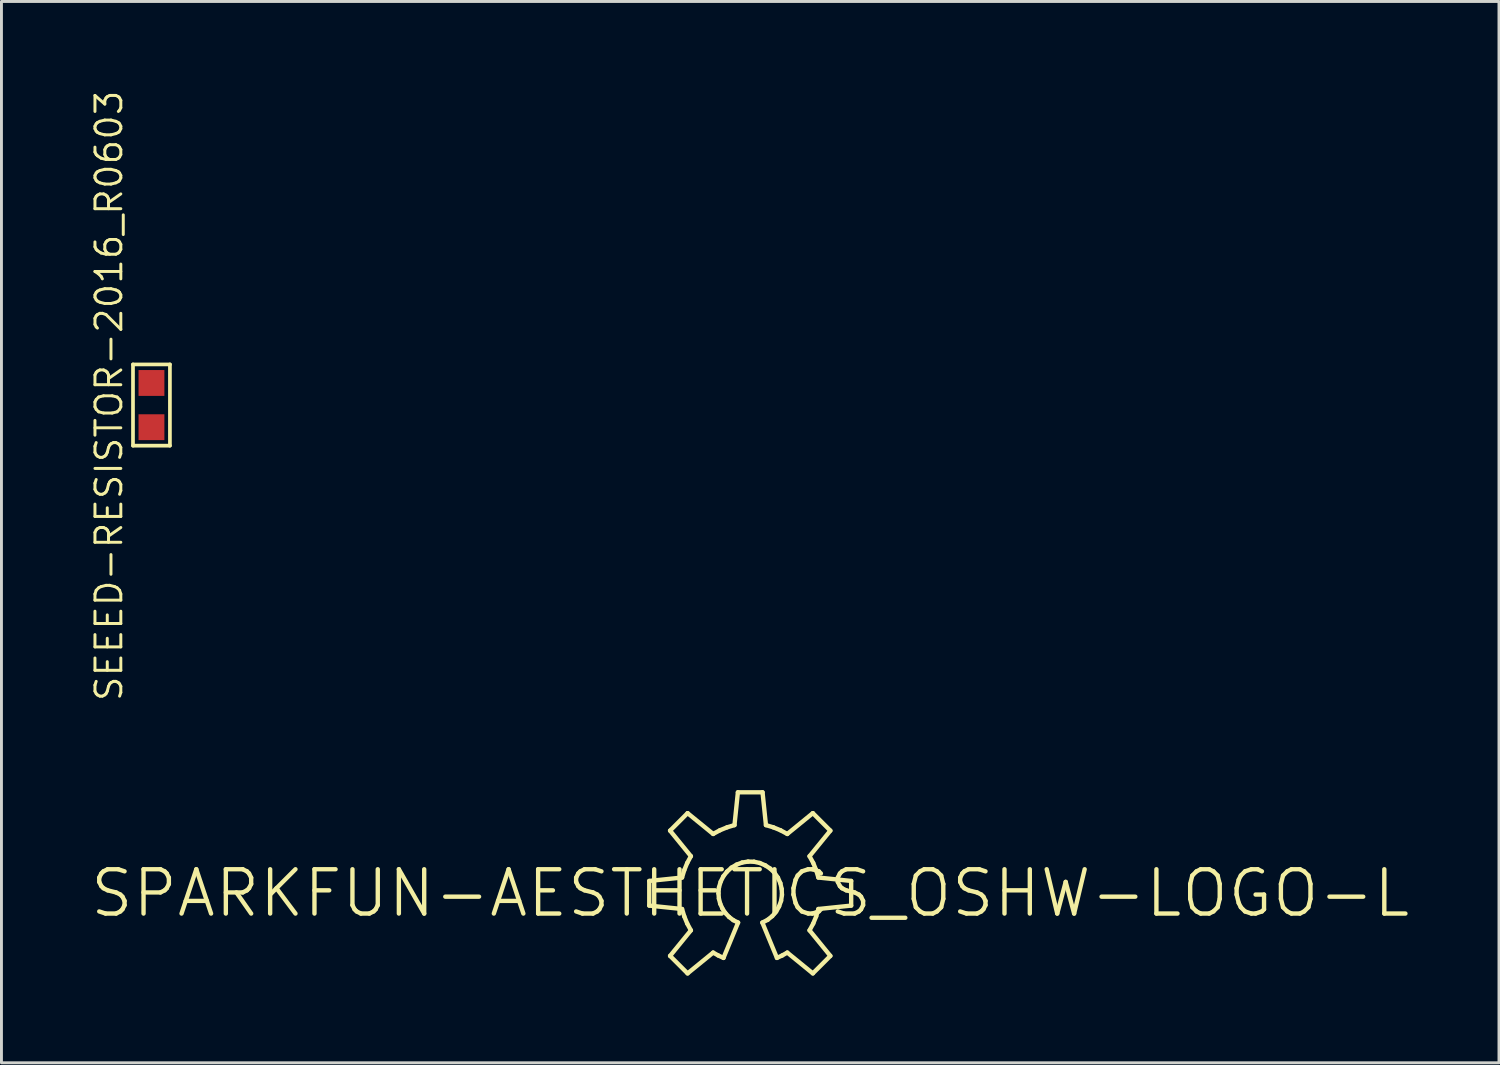
<source format=kicad_pcb>
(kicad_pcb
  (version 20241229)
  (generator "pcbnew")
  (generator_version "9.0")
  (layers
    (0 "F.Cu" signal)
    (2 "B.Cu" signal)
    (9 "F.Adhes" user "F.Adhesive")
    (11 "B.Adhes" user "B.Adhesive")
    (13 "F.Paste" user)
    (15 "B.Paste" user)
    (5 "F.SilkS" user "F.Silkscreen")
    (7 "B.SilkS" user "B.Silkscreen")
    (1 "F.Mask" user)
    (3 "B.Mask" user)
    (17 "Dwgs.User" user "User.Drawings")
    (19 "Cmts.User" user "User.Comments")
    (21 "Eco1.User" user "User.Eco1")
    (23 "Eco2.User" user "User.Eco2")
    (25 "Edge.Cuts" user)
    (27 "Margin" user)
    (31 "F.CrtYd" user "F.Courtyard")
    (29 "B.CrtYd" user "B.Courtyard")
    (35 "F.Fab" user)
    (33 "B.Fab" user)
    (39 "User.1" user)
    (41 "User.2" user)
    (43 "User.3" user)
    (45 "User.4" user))
  (footprint "SPARKFUN-AESTHETICS_OSHW-LOGO-L"
    (layer "F.Cu")
    (at 22.751 27.671)
    (property "Reference" "SPARKFUN-AESTHETICS_OSHW-LOGO-L" (at 0 0 0) (layer "F.SilkS") (effects (font (size 1.524 1.524) (thickness 0.15))))
    (attr exclude_from_pos_files exclude_from_bom)
    (fp_line (start -3.472 -0.424) (end -3.472 0.424) (stroke (width 0.15) (type solid)) (layer "F.SilkS"))
    (fp_line (start -3.472 0.424) (end -2.344 0.541) (stroke (width 0.15) (type solid)) (layer "F.SilkS"))
    (fp_line (start -2.756 -2.154) (end -2.04 -1.275) (stroke (width 0.15) (type solid)) (layer "F.SilkS"))
    (fp_line (start -2.756 2.154) (end -2.154 2.756) (stroke (width 0.15) (type solid)) (layer "F.SilkS"))
    (fp_line (start -2.344 -0.541) (end -3.472 -0.424) (stroke (width 0.15) (type solid)) (layer "F.SilkS"))
    (fp_line (start -2.344 0.541) (end -2.268 0.795) (stroke (width 0.15) (type solid)) (layer "F.SilkS"))
    (fp_line (start -2.268 -0.795) (end -2.344 -0.541) (stroke (width 0.15) (type solid)) (layer "F.SilkS"))
    (fp_line (start -2.268 0.795) (end -2.167 1.041) (stroke (width 0.15) (type solid)) (layer "F.SilkS"))
    (fp_line (start -2.167 -1.041) (end -2.268 -0.795) (stroke (width 0.15) (type solid)) (layer "F.SilkS"))
    (fp_line (start -2.167 1.041) (end -2.04 1.275) (stroke (width 0.15) (type solid)) (layer "F.SilkS"))
    (fp_line (start -2.154 -2.756) (end -2.756 -2.154) (stroke (width 0.15) (type solid)) (layer "F.SilkS"))
    (fp_line (start -2.154 2.756) (end -1.275 2.04) (stroke (width 0.15) (type solid)) (layer "F.SilkS"))
    (fp_line (start -2.04 -1.275) (end -2.167 -1.041) (stroke (width 0.15) (type solid)) (layer "F.SilkS"))
    (fp_line (start -2.04 1.275) (end -2.756 2.154) (stroke (width 0.15) (type solid)) (layer "F.SilkS"))
    (fp_line (start -1.275 -2.04) (end -2.154 -2.756) (stroke (width 0.15) (type solid)) (layer "F.SilkS"))
    (fp_line (start -1.275 2.04) (end -1.1 2.139) (stroke (width 0.15) (type solid)) (layer "F.SilkS"))
    (fp_line (start -1.1 2.139) (end -0.919 2.223) (stroke (width 0.15) (type solid)) (layer "F.SilkS"))
    (fp_line (start -1.092 0) (end -1.074 -0.203) (stroke (width 0.15) (type solid)) (layer "F.SilkS"))
    (fp_line (start -1.077 0.183) (end -1.092 0) (stroke (width 0.15) (type solid)) (layer "F.SilkS"))
    (fp_line (start -1.074 -0.203) (end -1.016 -0.399) (stroke (width 0.15) (type solid)) (layer "F.SilkS"))
    (fp_line (start -1.041 -2.167) (end -1.275 -2.04) (stroke (width 0.15) (type solid)) (layer "F.SilkS"))
    (fp_line (start -1.031 0.361) (end -1.077 0.183) (stroke (width 0.15) (type solid)) (layer "F.SilkS"))
    (fp_line (start -1.016 -0.399) (end -0.925 -0.582) (stroke (width 0.15) (type solid)) (layer "F.SilkS"))
    (fp_line (start -0.955 0.528) (end -1.031 0.361) (stroke (width 0.15) (type solid)) (layer "F.SilkS"))
    (fp_line (start -0.925 -0.582) (end -0.798 -0.744) (stroke (width 0.15) (type solid)) (layer "F.SilkS"))
    (fp_line (start -0.919 2.223) (end -0.417 1.008) (stroke (width 0.15) (type solid)) (layer "F.SilkS"))
    (fp_line (start -0.853 0.681) (end -0.955 0.528) (stroke (width 0.15) (type solid)) (layer "F.SilkS"))
    (fp_line (start -0.798 -0.744) (end -0.645 -0.881) (stroke (width 0.15) (type solid)) (layer "F.SilkS"))
    (fp_line (start -0.795 -2.268) (end -1.041 -2.167) (stroke (width 0.15) (type solid)) (layer "F.SilkS"))
    (fp_line (start -0.726 0.815) (end -0.853 0.681) (stroke (width 0.15) (type solid)) (layer "F.SilkS"))
    (fp_line (start -0.645 -0.881) (end -0.467 -0.986) (stroke (width 0.15) (type solid)) (layer "F.SilkS"))
    (fp_line (start -0.582 0.925) (end -0.726 0.815) (stroke (width 0.15) (type solid)) (layer "F.SilkS"))
    (fp_line (start -0.541 -2.344) (end -0.795 -2.268) (stroke (width 0.15) (type solid)) (layer "F.SilkS"))
    (fp_line (start -0.467 -0.986) (end -0.277 -1.057) (stroke (width 0.15) (type solid)) (layer "F.SilkS"))
    (fp_line (start -0.424 -3.472) (end -0.541 -2.344) (stroke (width 0.15) (type solid)) (layer "F.SilkS"))
    (fp_line (start -0.417 1.008) (end -0.582 0.925) (stroke (width 0.15) (type solid)) (layer "F.SilkS"))
    (fp_line (start -0.277 -1.057) (end -0.074 -1.09) (stroke (width 0.15) (type solid)) (layer "F.SilkS"))
    (fp_line (start -0.074 -1.09) (end 0.13 -1.085) (stroke (width 0.15) (type solid)) (layer "F.SilkS"))
    (fp_line (start 0.13 -1.085) (end 0.33 -1.041) (stroke (width 0.15) (type solid)) (layer "F.SilkS"))
    (fp_line (start 0.33 -1.041) (end 0.518 -0.96) (stroke (width 0.15) (type solid)) (layer "F.SilkS"))
    (fp_line (start 0.417 1.008) (end 0.919 2.223) (stroke (width 0.15) (type solid)) (layer "F.SilkS"))
    (fp_line (start 0.424 -3.472) (end -0.424 -3.472) (stroke (width 0.15) (type solid)) (layer "F.SilkS"))
    (fp_line (start 0.518 -0.96) (end 0.688 -0.848) (stroke (width 0.15) (type solid)) (layer "F.SilkS"))
    (fp_line (start 0.541 -2.344) (end 0.424 -3.472) (stroke (width 0.15) (type solid)) (layer "F.SilkS"))
    (fp_line (start 0.599 0.914) (end 0.417 1.008) (stroke (width 0.15) (type solid)) (layer "F.SilkS"))
    (fp_line (start 0.688 -0.848) (end 0.836 -0.704) (stroke (width 0.15) (type solid)) (layer "F.SilkS"))
    (fp_line (start 0.759 0.785) (end 0.599 0.914) (stroke (width 0.15) (type solid)) (layer "F.SilkS"))
    (fp_line (start 0.795 -2.268) (end 0.541 -2.344) (stroke (width 0.15) (type solid)) (layer "F.SilkS"))
    (fp_line (start 0.836 -0.704) (end 0.953 -0.536) (stroke (width 0.15) (type solid)) (layer "F.SilkS"))
    (fp_line (start 0.892 0.63) (end 0.759 0.785) (stroke (width 0.15) (type solid)) (layer "F.SilkS"))
    (fp_line (start 0.919 2.223) (end 1.1 2.139) (stroke (width 0.15) (type solid)) (layer "F.SilkS"))
    (fp_line (start 0.953 -0.536) (end 1.036 -0.348) (stroke (width 0.15) (type solid)) (layer "F.SilkS"))
    (fp_line (start 0.993 0.452) (end 0.892 0.63) (stroke (width 0.15) (type solid)) (layer "F.SilkS"))
    (fp_line (start 1.036 -0.348) (end 1.082 -0.147) (stroke (width 0.15) (type solid)) (layer "F.SilkS"))
    (fp_line (start 1.041 -2.167) (end 0.795 -2.268) (stroke (width 0.15) (type solid)) (layer "F.SilkS"))
    (fp_line (start 1.062 0.257) (end 0.993 0.452) (stroke (width 0.15) (type solid)) (layer "F.SilkS"))
    (fp_line (start 1.082 -0.147) (end 1.092 0.056) (stroke (width 0.15) (type solid)) (layer "F.SilkS"))
    (fp_line (start 1.092 0.056) (end 1.062 0.257) (stroke (width 0.15) (type solid)) (layer "F.SilkS"))
    (fp_line (start 1.1 2.139) (end 1.275 2.04) (stroke (width 0.15) (type solid)) (layer "F.SilkS"))
    (fp_line (start 1.275 -2.04) (end 1.041 -2.167) (stroke (width 0.15) (type solid)) (layer "F.SilkS"))
    (fp_line (start 1.275 2.04) (end 2.154 2.756) (stroke (width 0.15) (type solid)) (layer "F.SilkS"))
    (fp_line (start 2.04 -1.275) (end 2.756 -2.154) (stroke (width 0.15) (type solid)) (layer "F.SilkS"))
    (fp_line (start 2.04 1.275) (end 2.167 1.041) (stroke (width 0.15) (type solid)) (layer "F.SilkS"))
    (fp_line (start 2.154 -2.756) (end 1.275 -2.04) (stroke (width 0.15) (type solid)) (layer "F.SilkS"))
    (fp_line (start 2.154 2.756) (end 2.756 2.154) (stroke (width 0.15) (type solid)) (layer "F.SilkS"))
    (fp_line (start 2.167 -1.041) (end 2.04 -1.275) (stroke (width 0.15) (type solid)) (layer "F.SilkS"))
    (fp_line (start 2.167 1.041) (end 2.268 0.795) (stroke (width 0.15) (type solid)) (layer "F.SilkS"))
    (fp_line (start 2.268 -0.795) (end 2.167 -1.041) (stroke (width 0.15) (type solid)) (layer "F.SilkS"))
    (fp_line (start 2.268 0.795) (end 2.344 0.541) (stroke (width 0.15) (type solid)) (layer "F.SilkS"))
    (fp_line (start 2.344 -0.541) (end 2.268 -0.795) (stroke (width 0.15) (type solid)) (layer "F.SilkS"))
    (fp_line (start 2.344 0.541) (end 3.472 0.424) (stroke (width 0.15) (type solid)) (layer "F.SilkS"))
    (fp_line (start 2.756 -2.154) (end 2.154 -2.756) (stroke (width 0.15) (type solid)) (layer "F.SilkS"))
    (fp_line (start 2.756 2.154) (end 2.04 1.275) (stroke (width 0.15) (type solid)) (layer "F.SilkS"))
    (fp_line (start 3.472 -0.424) (end 2.344 -0.541) (stroke (width 0.15) (type solid)) (layer "F.SilkS"))
    (fp_line (start 3.472 0.424) (end 3.472 -0.424) (stroke (width 0.15) (type solid)) (layer "F.SilkS")))
  (footprint "SEEED-RESISTOR-2016_R0603"
    (layer "F.Cu")
    (at 2.159 10.88)
    (property "Reference" "SEEED-RESISTOR-2016_R0603" (at -1.46 -0.318 90) (layer "F.SilkS") (effects (font (size 0.889 0.889) (thickness 0.102))))
    (attr smd)
    (fp_line (start -0.635 -1.397) (end 0.635 -1.397) (stroke (width 0.127) (type solid)) (layer "F.SilkS"))
    (fp_line (start -0.635 1.397) (end -0.635 -1.397) (stroke (width 0.127) (type solid)) (layer "F.SilkS"))
    (fp_line (start 0.635 -1.397) (end 0.635 1.397) (stroke (width 0.127) (type solid)) (layer "F.SilkS"))
    (fp_line (start 0.635 1.397) (end -0.635 1.397) (stroke (width 0.127) (type solid)) (layer "F.SilkS"))
    (pad "1" smd rect (at 0 -0.759 270) (size 0.889 0.889) (layers "F.Cu" "F.Mask" "F.Paste"))
    (pad "2" smd rect (at 0 0.762 270) (size 0.889 0.889) (layers "F.Cu" "F.Mask" "F.Paste")))
  (gr_rect
    (start -3 -3)
    (end 48.502 33.502)
    (stroke (width 0.1) (type default))
    (fill no)
    (layer "Edge.Cuts")))
</source>
